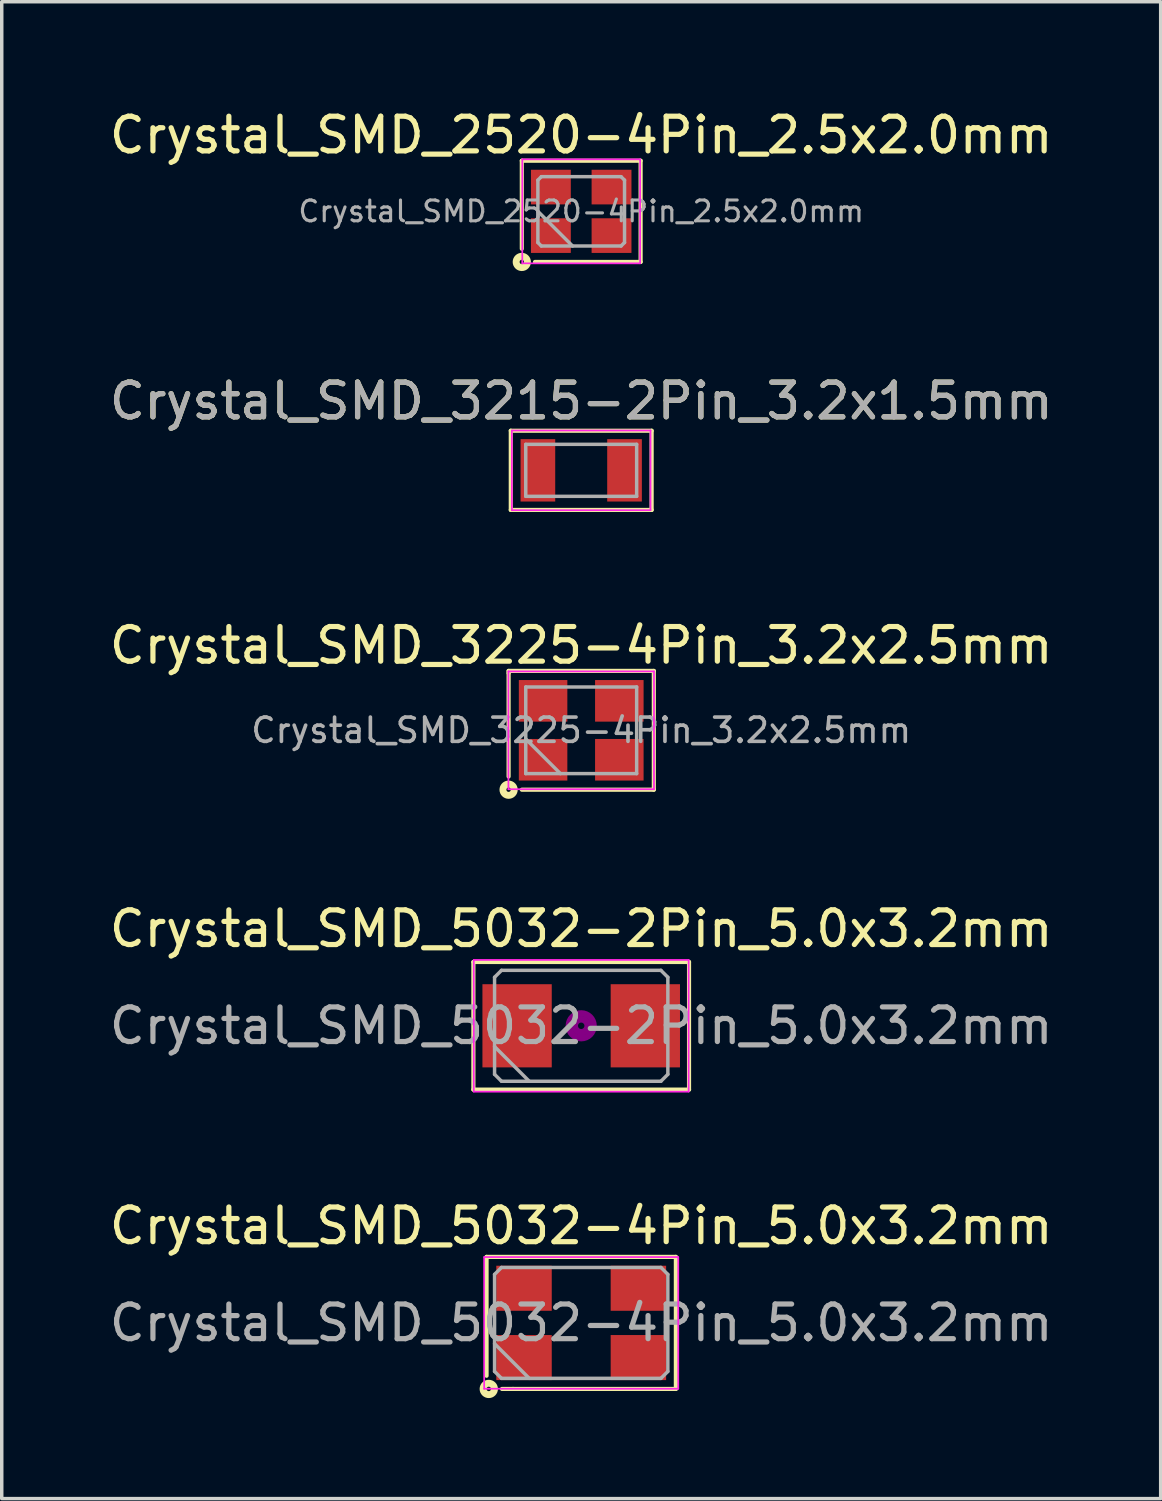
<source format=kicad_pcb>
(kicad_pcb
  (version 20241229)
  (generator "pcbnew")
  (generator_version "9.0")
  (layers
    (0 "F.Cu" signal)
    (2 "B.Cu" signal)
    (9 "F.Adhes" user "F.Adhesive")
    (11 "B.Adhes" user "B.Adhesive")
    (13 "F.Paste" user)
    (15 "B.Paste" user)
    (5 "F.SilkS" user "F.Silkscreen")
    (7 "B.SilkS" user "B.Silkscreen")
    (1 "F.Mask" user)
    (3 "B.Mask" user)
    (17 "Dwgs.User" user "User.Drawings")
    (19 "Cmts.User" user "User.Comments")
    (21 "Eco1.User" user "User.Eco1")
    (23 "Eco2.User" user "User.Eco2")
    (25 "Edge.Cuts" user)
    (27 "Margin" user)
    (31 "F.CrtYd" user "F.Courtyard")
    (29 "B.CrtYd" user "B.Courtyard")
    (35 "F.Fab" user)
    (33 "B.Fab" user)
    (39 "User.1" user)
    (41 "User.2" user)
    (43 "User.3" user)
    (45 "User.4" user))
  (footprint "Crystal_SMD_3215-2Pin_3.2x1.5mm"
    (layer "F.Cu")
    (at 13.72 10.521)
    (property "Reference" "Crystal_SMD_3215-2Pin_3.2x1.5mm" (at 0 -2 0) (layer "F.SilkS") (effects (font (size 1 1) (thickness 0.15))))
    (attr smd)
    (fp_line (start -2.032 -1.143) (end -2.032 1.143) (stroke (width 0.12) (type solid)) (layer "F.SilkS"))
    (fp_line (start -2.032 1.143) (end 2.032 1.143) (stroke (width 0.12) (type solid)) (layer "F.SilkS"))
    (fp_line (start 2.032 -1.143) (end -2.032 -1.143) (stroke (width 0.12) (type solid)) (layer "F.SilkS"))
    (fp_line (start 2.032 1.143) (end 2.032 -1.143) (stroke (width 0.12) (type solid)) (layer "F.SilkS"))
    (fp_line (start -2 -1.15) (end -2 1.15) (stroke (width 0.05) (type solid)) (layer "F.CrtYd"))
    (fp_line (start -2 -1.15) (end 2 -1.15) (stroke (width 0.05) (type solid)) (layer "F.CrtYd"))
    (fp_line (start -2 1.15) (end 2 1.15) (stroke (width 0.05) (type solid)) (layer "F.CrtYd"))
    (fp_line (start 2 -1.15) (end 2 1.15) (stroke (width 0.05) (type solid)) (layer "F.CrtYd"))
    (fp_line (start -1.6 -0.75) (end -1.6 0.75) (stroke (width 0.1) (type solid)) (layer "F.Fab"))
    (fp_line (start -1.6 -0.75) (end 1.6 -0.75) (stroke (width 0.1) (type solid)) (layer "F.Fab"))
    (fp_line (start -1.6 0.75) (end 1.6 0.75) (stroke (width 0.1) (type solid)) (layer "F.Fab"))
    (fp_line (start 1.6 -0.75) (end 1.6 0.75) (stroke (width 0.1) (type solid)) (layer "F.Fab"))
    (fp_text user "${REFERENCE}" (at 0 -2 0) (layer "F.Fab") (effects (font (size 1 1) (thickness 0.15))))
    (pad "1" smd rect (at 1.25 0) (size 1 1.8) (layers "F.Cu" "F.Mask" "F.Paste"))
    (pad "2" smd rect (at -1.25 0) (size 1 1.8) (layers "F.Cu" "F.Mask" "F.Paste")))
  (footprint "Crystal_SMD_2520-4Pin_2.5x2.0mm"
    (layer "F.Cu")
    (at 13.72 3.048)
    (property "Reference" "Crystal_SMD_2520-4Pin_2.5x2.0mm" (at 0 -2.2 0) (layer "F.SilkS") (effects (font (size 1 1) (thickness 0.15))))
    (attr smd)
    (fp_line (start -1.714 -1.46) (end 1.714 -1.46) (stroke (width 0.12) (type solid)) (layer "F.SilkS"))
    (fp_line (start -1.714 1.079) (end -1.714 -1.46) (stroke (width 0.12) (type solid)) (layer "F.SilkS"))
    (fp_line (start 1.714 -1.46) (end 1.714 1.46) (stroke (width 0.12) (type solid)) (layer "F.SilkS"))
    (fp_line (start 1.714 1.46) (end -1.333 1.46) (stroke (width 0.12) (type solid)) (layer "F.SilkS"))
    (fp_circle (center -1.714 1.46) (end -1.651 1.46) (stroke (width 0.2) (type solid)) (fill no) (layer "F.SilkS"))
    (fp_line (start -1.7 -1.5) (end -1.7 1.5) (stroke (width 0.05) (type solid)) (layer "F.CrtYd"))
    (fp_line (start -1.7 1.5) (end 1.7 1.5) (stroke (width 0.05) (type solid)) (layer "F.CrtYd"))
    (fp_line (start 1.7 -1.5) (end -1.7 -1.5) (stroke (width 0.05) (type solid)) (layer "F.CrtYd"))
    (fp_line (start 1.7 1.5) (end 1.7 -1.5) (stroke (width 0.05) (type solid)) (layer "F.CrtYd"))
    (fp_line (start -1.25 -0.9) (end -1.15 -1) (stroke (width 0.1) (type solid)) (layer "F.Fab"))
    (fp_line (start -1.25 0) (end -0.25 1) (stroke (width 0.1) (type solid)) (layer "F.Fab"))
    (fp_line (start -1.25 0.9) (end -1.25 -0.9) (stroke (width 0.1) (type solid)) (layer "F.Fab"))
    (fp_line (start -1.15 -1) (end 1.15 -1) (stroke (width 0.1) (type solid)) (layer "F.Fab"))
    (fp_line (start -1.15 1) (end -1.25 0.9) (stroke (width 0.1) (type solid)) (layer "F.Fab"))
    (fp_line (start 1.15 -1) (end 1.25 -0.9) (stroke (width 0.1) (type solid)) (layer "F.Fab"))
    (fp_line (start 1.15 1) (end -1.15 1) (stroke (width 0.1) (type solid)) (layer "F.Fab"))
    (fp_line (start 1.25 -0.9) (end 1.25 0.9) (stroke (width 0.1) (type solid)) (layer "F.Fab"))
    (fp_line (start 1.25 0.9) (end 1.15 1) (stroke (width 0.1) (type solid)) (layer "F.Fab"))
    (fp_text user "${REFERENCE}" (at 0 0 0) (layer "F.Fab") (effects (font (size 0.6 0.6) (thickness 0.09))))
    (pad "1" smd rect (at -0.875 0.7) (size 1.15 1) (layers "F.Cu" "F.Mask" "F.Paste"))
    (pad "2" smd rect (at 0.875 0.7) (size 1.15 1) (layers "F.Cu" "F.Mask" "F.Paste"))
    (pad "3" smd rect (at 0.875 -0.7) (size 1.15 1) (layers "F.Cu" "F.Mask" "F.Paste"))
    (pad "4" smd rect (at -0.875 -0.7) (size 1.15 1) (layers "F.Cu" "F.Mask" "F.Paste")))
  (footprint "Crystal_SMD_5032-4Pin_5.0x3.2mm"
    (layer "F.Cu")
    (at 13.72 35.121)
    (property "Reference" "Crystal_SMD_5032-4Pin_5.0x3.2mm" (at 0 -2.8 0) (layer "F.SilkS") (effects (font (size 1 1) (thickness 0.15))))
    (attr smd)
    (fp_line (start -2.731 -1.905) (end 2.731 -1.905) (stroke (width 0.12) (type solid)) (layer "F.SilkS"))
    (fp_line (start -2.731 1.524) (end -2.731 -1.905) (stroke (width 0.12) (type solid)) (layer "F.SilkS"))
    (fp_line (start -2.286 1.905) (end -1.968 1.905) (stroke (width 0.12) (type solid)) (layer "F.SilkS"))
    (fp_line (start 2.731 -1.905) (end 2.731 1.905) (stroke (width 0.12) (type solid)) (layer "F.SilkS"))
    (fp_line (start 2.731 1.905) (end -1.968 1.905) (stroke (width 0.12) (type solid)) (layer "F.SilkS"))
    (fp_circle (center -2.667 1.905) (end -2.603 1.905) (stroke (width 0.2) (type solid)) (fill no) (layer "F.SilkS"))
    (fp_line (start -2.8 -1.9) (end -2.8 1.9) (stroke (width 0.05) (type solid)) (layer "F.CrtYd"))
    (fp_line (start -2.8 1.9) (end 2.8 1.9) (stroke (width 0.05) (type solid)) (layer "F.CrtYd"))
    (fp_line (start 2.8 -1.9) (end -2.8 -1.9) (stroke (width 0.05) (type solid)) (layer "F.CrtYd"))
    (fp_line (start 2.8 1.9) (end 2.8 -1.9) (stroke (width 0.05) (type solid)) (layer "F.CrtYd"))
    (fp_line (start -2.5 -1.4) (end -2.3 -1.6) (stroke (width 0.1) (type solid)) (layer "F.Fab"))
    (fp_line (start -2.5 0.6) (end -1.5 1.6) (stroke (width 0.1) (type solid)) (layer "F.Fab"))
    (fp_line (start -2.5 1.4) (end -2.5 -1.4) (stroke (width 0.1) (type solid)) (layer "F.Fab"))
    (fp_line (start -2.3 -1.6) (end 2.3 -1.6) (stroke (width 0.1) (type solid)) (layer "F.Fab"))
    (fp_line (start -2.3 1.6) (end -2.5 1.4) (stroke (width 0.1) (type solid)) (layer "F.Fab"))
    (fp_line (start 2.3 -1.6) (end 2.5 -1.4) (stroke (width 0.1) (type solid)) (layer "F.Fab"))
    (fp_line (start 2.3 1.6) (end -2.3 1.6) (stroke (width 0.1) (type solid)) (layer "F.Fab"))
    (fp_line (start 2.5 -1.4) (end 2.5 1.4) (stroke (width 0.1) (type solid)) (layer "F.Fab"))
    (fp_line (start 2.5 1.4) (end 2.3 1.6) (stroke (width 0.1) (type solid)) (layer "F.Fab"))
    (fp_text user "${REFERENCE}" (at 0 0 0) (layer "F.Fab") (effects (font (size 1 1) (thickness 0.15))))
    (pad "1" smd rect (at -1.65 1) (size 1.6 1.3) (layers "F.Cu" "F.Mask" "F.Paste"))
    (pad "2" smd rect (at 1.65 1) (size 1.6 1.3) (layers "F.Cu" "F.Mask" "F.Paste"))
    (pad "3" smd rect (at 1.65 -1) (size 1.6 1.3) (layers "F.Cu" "F.Mask" "F.Paste"))
    (pad "4" smd rect (at -1.65 -1) (size 1.6 1.3) (layers "F.Cu" "F.Mask" "F.Paste")))
  (footprint "Crystal_SMD_5032-2Pin_5.0x3.2mm"
    (layer "F.Cu")
    (at 13.72 26.548)
    (property "Reference" "Crystal_SMD_5032-2Pin_5.0x3.2mm" (at 0 -2.8 0) (layer "F.SilkS") (effects (font (size 1 1) (thickness 0.15))))
    (attr smd)
    (fp_line (start -3.111 -1.841) (end -3.111 1.841) (stroke (width 0.12) (type solid)) (layer "F.SilkS"))
    (fp_line (start -3.111 1.841) (end 3.111 1.841) (stroke (width 0.12) (type solid)) (layer "F.SilkS"))
    (fp_line (start 3.111 -1.841) (end -3.111 -1.841) (stroke (width 0.12) (type solid)) (layer "F.SilkS"))
    (fp_line (start 3.111 1.841) (end 3.111 -1.841) (stroke (width 0.12) (type solid)) (layer "F.SilkS"))
    (fp_circle (center 0 0) (end 0.093 0) (stroke (width 0.187) (type solid)) (fill no) (layer "F.Adhes"))
    (fp_circle (center 0 0) (end 0.213 0) (stroke (width 0.133) (type solid)) (fill no) (layer "F.Adhes"))
    (fp_circle (center 0 0) (end 0.333 0) (stroke (width 0.133) (type solid)) (fill no) (layer "F.Adhes"))
    (fp_circle (center 0 0) (end 0.4 0) (stroke (width 0.1) (type solid)) (fill no) (layer "F.Adhes"))
    (fp_line (start -3.1 -1.9) (end -3.1 1.9) (stroke (width 0.05) (type solid)) (layer "F.CrtYd"))
    (fp_line (start -3.1 1.9) (end 3.1 1.9) (stroke (width 0.05) (type solid)) (layer "F.CrtYd"))
    (fp_line (start 3.1 -1.9) (end -3.1 -1.9) (stroke (width 0.05) (type solid)) (layer "F.CrtYd"))
    (fp_line (start 3.1 1.9) (end 3.1 -1.9) (stroke (width 0.05) (type solid)) (layer "F.CrtYd"))
    (fp_line (start -2.5 -1.4) (end -2.3 -1.6) (stroke (width 0.1) (type solid)) (layer "F.Fab"))
    (fp_line (start -2.5 0.6) (end -1.5 1.6) (stroke (width 0.1) (type solid)) (layer "F.Fab"))
    (fp_line (start -2.5 1.4) (end -2.5 -1.4) (stroke (width 0.1) (type solid)) (layer "F.Fab"))
    (fp_line (start -2.3 -1.6) (end 2.3 -1.6) (stroke (width 0.1) (type solid)) (layer "F.Fab"))
    (fp_line (start -2.3 1.6) (end -2.5 1.4) (stroke (width 0.1) (type solid)) (layer "F.Fab"))
    (fp_line (start 2.3 -1.6) (end 2.5 -1.4) (stroke (width 0.1) (type solid)) (layer "F.Fab"))
    (fp_line (start 2.3 1.6) (end -2.3 1.6) (stroke (width 0.1) (type solid)) (layer "F.Fab"))
    (fp_line (start 2.5 -1.4) (end 2.5 1.4) (stroke (width 0.1) (type solid)) (layer "F.Fab"))
    (fp_line (start 2.5 1.4) (end 2.3 1.6) (stroke (width 0.1) (type solid)) (layer "F.Fab"))
    (fp_text user "${REFERENCE}" (at 0 0 0) (layer "F.Fab") (effects (font (size 1 1) (thickness 0.15))))
    (pad "1" smd rect (at -1.85 0) (size 2 2.4) (layers "F.Cu" "F.Mask" "F.Paste"))
    (pad "2" smd rect (at 1.85 0) (size 2 2.4) (layers "F.Cu" "F.Mask" "F.Paste")))
  (footprint "Crystal_SMD_3225-4Pin_3.2x2.5mm"
    (layer "F.Cu")
    (at 13.72 18.022)
    (property "Reference" "Crystal_SMD_3225-4Pin_3.2x2.5mm" (at 0 -2.45 0) (layer "F.SilkS") (effects (font (size 1 1) (thickness 0.15))))
    (attr smd)
    (fp_line (start -2.095 -1.714) (end 2.095 -1.714) (stroke (width 0.12) (type solid)) (layer "F.SilkS"))
    (fp_line (start -2.095 -1.651) (end -2.095 -1.714) (stroke (width 0.12) (type solid)) (layer "F.SilkS"))
    (fp_line (start -2.095 1.333) (end -2.095 -1.651) (stroke (width 0.12) (type solid)) (layer "F.SilkS"))
    (fp_line (start 2.095 -1.714) (end 2.095 1.714) (stroke (width 0.12) (type solid)) (layer "F.SilkS"))
    (fp_line (start 2.095 1.714) (end -1.714 1.714) (stroke (width 0.12) (type solid)) (layer "F.SilkS"))
    (fp_circle (center -2.095 1.714) (end -2.032 1.714) (stroke (width 0.2) (type solid)) (fill no) (layer "F.SilkS"))
    (fp_line (start -2.1 -1.7) (end -2.1 1.7) (stroke (width 0.05) (type solid)) (layer "F.CrtYd"))
    (fp_line (start -2.1 1.7) (end 2.1 1.7) (stroke (width 0.05) (type solid)) (layer "F.CrtYd"))
    (fp_line (start 2.1 -1.7) (end -2.1 -1.7) (stroke (width 0.05) (type solid)) (layer "F.CrtYd"))
    (fp_line (start 2.1 1.7) (end 2.1 -1.7) (stroke (width 0.05) (type solid)) (layer "F.CrtYd"))
    (fp_line (start -1.6 -1.25) (end -1.6 1.25) (stroke (width 0.1) (type solid)) (layer "F.Fab"))
    (fp_line (start -1.6 0.25) (end -0.6 1.25) (stroke (width 0.1) (type solid)) (layer "F.Fab"))
    (fp_line (start -1.6 1.25) (end 1.6 1.25) (stroke (width 0.1) (type solid)) (layer "F.Fab"))
    (fp_line (start 1.6 -1.25) (end -1.6 -1.25) (stroke (width 0.1) (type solid)) (layer "F.Fab"))
    (fp_line (start 1.6 1.25) (end 1.6 -1.25) (stroke (width 0.1) (type solid)) (layer "F.Fab"))
    (fp_text user "${REFERENCE}" (at 0 0 0) (layer "F.Fab") (effects (font (size 0.7 0.7) (thickness 0.105))))
    (pad "1" smd rect (at -1.1 0.85) (size 1.4 1.2) (layers "F.Cu" "F.Mask" "F.Paste"))
    (pad "2" smd rect (at 1.1 0.85) (size 1.4 1.2) (layers "F.Cu" "F.Mask" "F.Paste"))
    (pad "3" smd rect (at 1.1 -0.85) (size 1.4 1.2) (layers "F.Cu" "F.Mask" "F.Paste"))
    (pad "4" smd rect (at -1.1 -0.85) (size 1.4 1.2) (layers "F.Cu" "F.Mask" "F.Paste")))
  (gr_rect
    (start -3 -3)
    (end 30.44 40.19)
    (stroke (width 0.1) (type default))
    (fill no)
    (layer "Edge.Cuts")))
</source>
